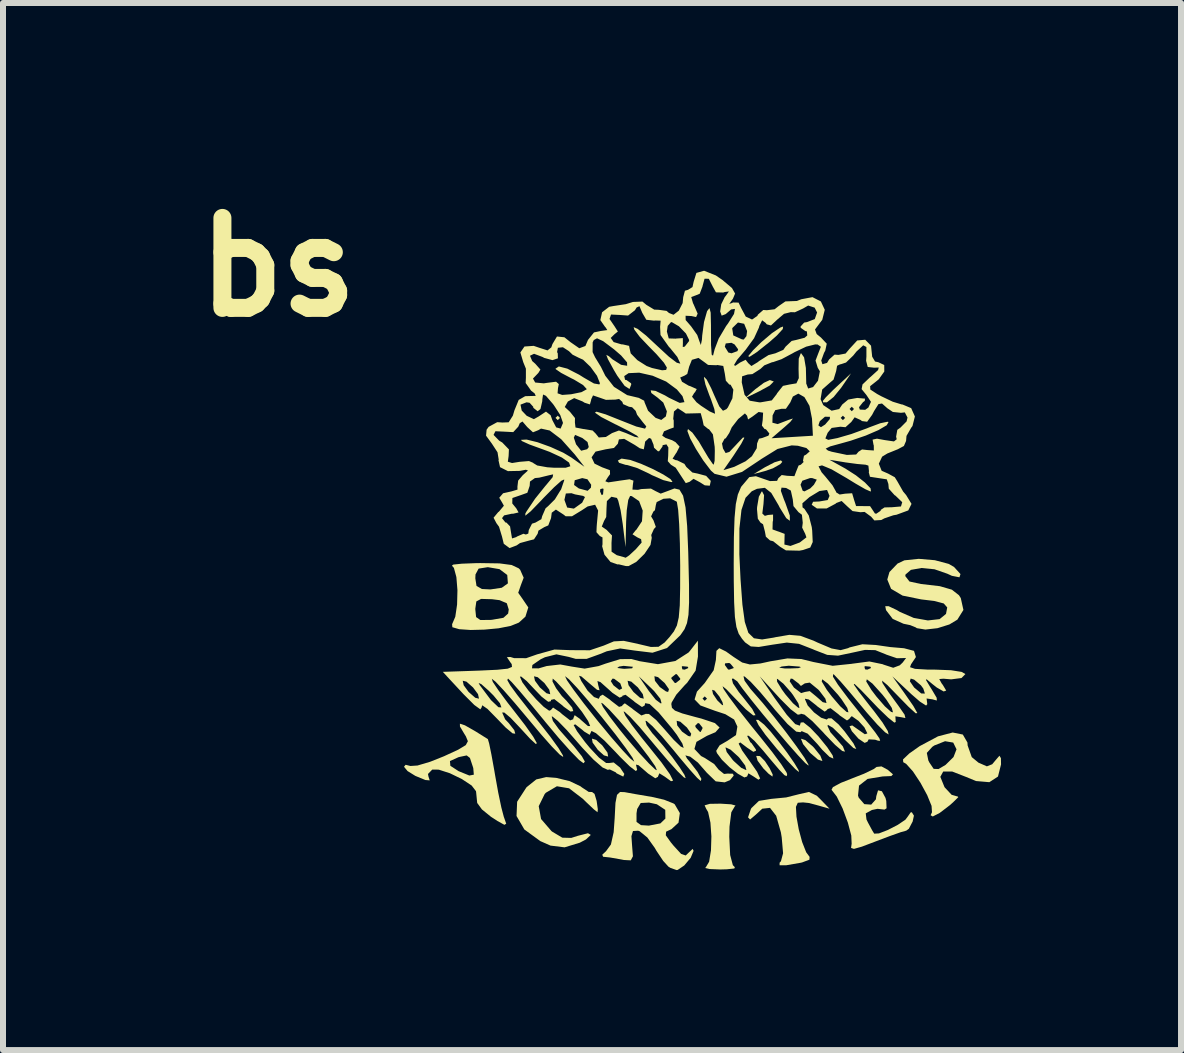
<source format=kicad_pcb>
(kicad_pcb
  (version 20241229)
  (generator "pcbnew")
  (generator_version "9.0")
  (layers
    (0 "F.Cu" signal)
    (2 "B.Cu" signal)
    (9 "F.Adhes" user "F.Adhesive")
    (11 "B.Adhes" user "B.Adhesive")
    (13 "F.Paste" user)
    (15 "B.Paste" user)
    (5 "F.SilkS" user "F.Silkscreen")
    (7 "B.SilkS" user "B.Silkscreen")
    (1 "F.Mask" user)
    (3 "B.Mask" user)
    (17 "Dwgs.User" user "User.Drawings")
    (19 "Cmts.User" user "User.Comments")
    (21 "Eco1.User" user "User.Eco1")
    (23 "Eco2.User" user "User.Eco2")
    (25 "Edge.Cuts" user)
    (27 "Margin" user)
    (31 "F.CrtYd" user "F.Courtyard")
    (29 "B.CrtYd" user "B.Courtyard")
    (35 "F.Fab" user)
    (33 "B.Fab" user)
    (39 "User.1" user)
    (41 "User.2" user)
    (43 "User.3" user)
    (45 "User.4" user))
  (footprint "bs"
    (layer "F.Cu")
    (at 8.586 6.404)
    (property "Reference" "bs" (at -7 -5 0) (layer "F.SilkS") (effects (font (size 1.5 1.5) (thickness 0.3))))
    (attr board_only exclude_from_pos_files exclude_from_bom)
    (fp_poly (pts (xy -2.302 -2.488) (xy -2.339 -2.451) (xy -2.377 -2.488) (xy -2.339 -2.525)) (stroke (width 0) (type solid)) (fill yes) (layer "F.SilkS"))
    (fp_poly (pts (xy -1.699 2.879) (xy -1.597 2.971) (xy -1.51 3.092) (xy -1.499 3.157) (xy -1.569 3.137) (xy -1.671 3.045) (xy -1.758 2.924) (xy -1.769 2.858)) (stroke (width 0) (type solid)) (fill yes) (layer "F.SilkS"))
    (fp_poly (pts (xy 1.262 -3.095) (xy 1.194 -3.027) (xy 1.021 -2.932) (xy 0.78 -2.815) (xy 0.955 -2.967) (xy 1.098 -3.074) (xy 1.196 -3.119) (xy 1.197 -3.119)) (stroke (width 0) (type solid)) (fill yes) (layer "F.SilkS"))
    (fp_poly (pts (xy 1.404 -1.755) (xy 1.37 -1.717) (xy 1.248 -1.648) (xy 1.114 -1.602) (xy 0.928 -1.553) (xy 1.114 -1.665) (xy 1.274 -1.748) (xy 1.381 -1.78)) (stroke (width 0) (type solid)) (fill yes) (layer "F.SilkS"))
    (fp_poly (pts (xy 2.384 -2.989) (xy 2.259 -2.836) (xy 2.148 -2.748) (xy 2.085 -2.747) (xy 2.08 -2.771) (xy 2.129 -2.831) (xy 2.252 -2.954) (xy 2.315 -3.013) (xy 2.55 -3.231)) (stroke (width 0) (type solid)) (fill yes) (layer "F.SilkS"))
    (fp_poly (pts (xy 1.026 3.148) (xy 1.039 3.156) (xy 1.114 3.233) (xy 1.193 3.352) (xy 1.244 3.456) (xy 1.24 3.491) (xy 1.174 3.442) (xy 1.088 3.355) (xy 0.992 3.225) (xy 0.969 3.146)) (stroke (width 0) (type solid)) (fill yes) (layer "F.SilkS"))
    (fp_poly (pts (xy 1.412 -3.969) (xy 1.313 -3.861) (xy 1.188 -3.751) (xy 0.978 -3.584) (xy 0.858 -3.506) (xy 0.835 -3.517) (xy 0.918 -3.617) (xy 1.057 -3.753) (xy 1.232 -3.901) (xy 1.37 -3.994) (xy 1.417 -4.011)) (stroke (width 0) (type solid)) (fill yes) (layer "F.SilkS"))
    (fp_poly (pts (xy 1.789 2.883) (xy 1.911 2.987) (xy 1.931 3.008) (xy 2.038 3.141) (xy 2.071 3.225) (xy 2.068 3.23) (xy 1.998 3.207) (xy 1.877 3.103) (xy 1.857 3.082) (xy 1.75 2.949) (xy 1.717 2.865) (xy 1.72 2.86)) (stroke (width 0) (type solid)) (fill yes) (layer "F.SilkS"))
    (fp_poly (pts (xy 1.002 2.545) (xy 1.102 2.625) (xy 1.207 2.738) (xy 1.343 2.906) (xy 1.484 3.092) (xy 1.603 3.263) (xy 1.675 3.382) (xy 1.681 3.416) (xy 1.619 3.364) (xy 1.489 3.227) (xy 1.318 3.033) (xy 1.305 3.018) (xy 1.124 2.796) (xy 1.008 2.633) (xy 0.965 2.545)) (stroke (width 0) (type solid)) (fill yes) (layer "F.SilkS"))
    (fp_poly (pts (xy -1.129 -1.787) (xy -0.95 -1.723) (xy -0.755 -1.636) (xy -0.58 -1.545) (xy -0.459 -1.467) (xy -0.426 -1.422) (xy -0.446 -1.418) (xy -0.58 -1.451) (xy -0.771 -1.535) (xy -0.817 -1.56) (xy -1.018 -1.653) (xy -1.183 -1.703) (xy -1.207 -1.705) (xy -1.317 -1.74) (xy -1.337 -1.777) (xy -1.275 -1.81)) (stroke (width 0) (type solid)) (fill yes) (layer "F.SilkS"))
    (fp_poly (pts (xy 0.551 3.953) (xy 0.625 3.973) (xy 0.613 3.985) (xy 0.554 4.086) (xy 0.524 4.325) (xy 0.52 4.493) (xy 0.535 4.798) (xy 0.58 4.968) (xy 0.613 5.001) (xy 0.604 5.023) (xy 0.478 5.036) (xy 0.371 5.039) (xy 0.194 5.032) (xy 0.118 5.014) (xy 0.13 5.001) (xy 0.184 4.91) (xy 0.215 4.722) (xy 0.222 4.488) (xy 0.206 4.258) (xy 0.167 4.082) (xy 0.134 4.025) (xy 0.109 3.97) (xy 0.195 3.945) (xy 0.375 3.942)) (stroke (width 0) (type solid)) (fill yes) (layer "F.SilkS"))
    (fp_poly (pts (xy 1.978 3.809) (xy 2.037 3.867) (xy 2.191 4.026) (xy 2.005 3.973) (xy 1.848 3.931) (xy 1.75 3.921) (xy 1.662 3.927) (xy 1.631 3.996) (xy 1.64 4.158) (xy 1.678 4.369) (xy 1.735 4.582) (xy 1.802 4.752) (xy 1.859 4.829) (xy 1.856 4.876) (xy 1.733 4.922) (xy 1.705 4.928) (xy 1.469 4.969) (xy 1.359 4.969) (xy 1.359 4.926) (xy 1.381 4.902) (xy 1.417 4.769) (xy 1.394 4.503) (xy 1.38 4.419) (xy 1.302 4.144) (xy 1.199 4.012) (xy 1.07 4.026) (xy 0.964 4.124) (xy 0.867 4.206) (xy 0.833 4.17) (xy 0.879 4.035) (xy 0.888 4.017) (xy 1.014 3.896) (xy 1.223 3.862) (xy 1.469 3.838) (xy 1.68 3.785) (xy 1.848 3.747)) (stroke (width 0) (type solid)) (fill yes) (layer "F.SilkS"))
    (fp_poly (pts (xy -2.365 3.512) (xy -2.139 3.567) (xy -1.961 3.652) (xy -1.938 3.67) (xy -1.823 3.746) (xy -1.767 3.748) (xy -1.726 3.779) (xy -1.691 3.896) (xy -1.671 4.036) (xy -1.676 4.085) (xy -1.736 4.038) (xy -1.862 3.919) (xy -1.92 3.862) (xy -2.15 3.686) (xy -2.353 3.652) (xy -2.537 3.76) (xy -2.557 3.782) (xy -2.656 3.984) (xy -2.617 4.198) (xy -2.444 4.399) (xy -2.431 4.409) (xy -2.263 4.509) (xy -2.114 4.513) (xy -2.004 4.478) (xy -1.835 4.435) (xy -1.788 4.463) (xy -1.869 4.539) (xy -1.972 4.593) (xy -2.225 4.67) (xy -2.46 4.641) (xy -2.63 4.566) (xy -2.896 4.372) (xy -3.026 4.148) (xy -3.016 3.91) (xy -2.862 3.672) (xy -2.854 3.664) (xy -2.697 3.538) (xy -2.531 3.499)) (stroke (width 0) (type solid)) (fill yes) (layer "F.SilkS"))
    (fp_poly (pts (xy 3.947 -0.116) (xy 4.176 -0.055) (xy 4.266 -0.004) (xy 4.374 0.115) (xy 4.357 0.169) (xy 4.23 0.144) (xy 4.154 0.109) (xy 3.941 0.035) (xy 3.724 0.014) (xy 3.548 0.045) (xy 3.457 0.123) (xy 3.454 0.149) (xy 3.524 0.239) (xy 3.713 0.28) (xy 4.03 0.317) (xy 4.23 0.375) (xy 4.348 0.467) (xy 4.379 0.515) (xy 4.423 0.713) (xy 4.322 0.875) (xy 4.189 0.955) (xy 3.991 1.017) (xy 3.789 1.04) (xy 3.647 1.017) (xy 3.628 1.004) (xy 3.535 0.966) (xy 3.424 0.943) (xy 3.244 0.862) (xy 3.133 0.716) (xy 3.12 0.651) (xy 3.175 0.65) (xy 3.311 0.714) (xy 3.361 0.744) (xy 3.595 0.846) (xy 3.831 0.888) (xy 4.026 0.866) (xy 4.133 0.779) (xy 4.133 0.777) (xy 4.153 0.671) (xy 4.095 0.605) (xy 3.934 0.563) (xy 3.718 0.537) (xy 3.409 0.474) (xy 3.217 0.361) (xy 3.154 0.206) (xy 3.19 0.081) (xy 3.325 -0.06) (xy 3.439 -0.114) (xy 3.678 -0.139)) (stroke (width 0) (type solid)) (fill yes) (layer "F.SilkS"))
    (fp_poly (pts (xy 4.413 2.79) (xy 4.49 2.923) (xy 4.493 2.971) (xy 4.562 3.166) (xy 4.673 3.258) (xy 4.814 3.32) (xy 4.903 3.285) (xy 4.952 3.226) (xy 5.023 3.143) (xy 5.048 3.183) (xy 5.05 3.288) (xy 4.999 3.49) (xy 4.855 3.584) (xy 4.633 3.565) (xy 4.471 3.498) (xy 4.235 3.406) (xy 4.086 3.407) (xy 4.038 3.495) (xy 4.106 3.662) (xy 4.112 3.672) (xy 4.226 3.794) (xy 4.326 3.823) (xy 4.329 3.822) (xy 4.337 3.834) (xy 4.251 3.919) (xy 4.196 3.968) (xy 4.027 4.097) (xy 3.912 4.156) (xy 3.876 4.135) (xy 3.899 4.085) (xy 3.892 3.979) (xy 3.819 3.8) (xy 3.707 3.594) (xy 3.582 3.405) (xy 3.468 3.278) (xy 3.42 3.251) (xy 3.416 3.205) (xy 3.522 3.104) (xy 3.534 3.096) (xy 3.813 3.096) (xy 3.838 3.221) (xy 3.855 3.255) (xy 3.927 3.362) (xy 4.008 3.365) (xy 4.125 3.296) (xy 4.258 3.165) (xy 4.308 3.036) (xy 4.253 2.924) (xy 4.117 2.901) (xy 3.938 2.972) (xy 3.904 2.995) (xy 3.813 3.096) (xy 3.534 3.096) (xy 3.694 2.983) (xy 3.999 2.82) (xy 4.244 2.756)) (stroke (width 0) (type solid)) (fill yes) (layer "F.SilkS"))
    (fp_poly (pts (xy 3.161 3.377) (xy 3.249 3.453) (xy 3.221 3.482) (xy 3.078 3.488) (xy 2.825 3.53) (xy 2.683 3.641) (xy 2.666 3.807) (xy 2.678 3.842) (xy 2.771 3.95) (xy 2.886 3.958) (xy 2.964 3.87) (xy 2.971 3.817) (xy 3 3.72) (xy 3.064 3.735) (xy 3.124 3.846) (xy 3.137 3.897) (xy 3.142 4.019) (xy 3.108 4.041) (xy 2.991 4.028) (xy 2.896 4.048) (xy 2.795 4.104) (xy 2.807 4.205) (xy 2.832 4.257) (xy 2.904 4.39) (xy 2.936 4.442) (xy 3.015 4.438) (xy 3.165 4.38) (xy 3.329 4.295) (xy 3.455 4.21) (xy 3.491 4.163) (xy 3.543 4.088) (xy 3.563 4.085) (xy 3.598 4.142) (xy 3.577 4.239) (xy 3.513 4.361) (xy 3.47 4.392) (xy 3.38 4.417) (xy 3.194 4.483) (xy 2.969 4.568) (xy 2.729 4.659) (xy 2.598 4.696) (xy 2.55 4.68) (xy 2.559 4.616) (xy 2.56 4.611) (xy 2.554 4.473) (xy 2.497 4.259) (xy 2.41 4.024) (xy 2.312 3.824) (xy 2.226 3.712) (xy 2.224 3.711) (xy 2.248 3.666) (xy 2.383 3.594) (xy 2.544 3.53) (xy 2.766 3.443) (xy 2.926 3.366) (xy 2.975 3.33) (xy 3.057 3.321)) (stroke (width 0) (type solid)) (fill yes) (layer "F.SilkS"))
    (fp_poly (pts (xy -3.887 2.636) (xy -3.705 2.74) (xy -3.504 2.866) (xy -3.482 2.941) (xy -3.444 3.127) (xy -3.397 3.387) (xy -3.384 3.464) (xy -3.331 3.758) (xy -3.279 4.006) (xy -3.238 4.162) (xy -3.232 4.178) (xy -3.198 4.276) (xy -3.228 4.295) (xy -3.344 4.231) (xy -3.453 4.16) (xy -3.603 4.038) (xy -3.681 3.931) (xy -3.683 3.919) (xy -3.699 3.756) (xy -3.702 3.734) (xy -3.774 3.64) (xy -3.937 3.532) (xy -4.137 3.435) (xy -4.323 3.375) (xy -4.431 3.374) (xy -4.502 3.447) (xy -4.494 3.49) (xy -4.473 3.554) (xy -4.545 3.548) (xy -4.713 3.479) (xy -4.842 3.399) (xy -4.902 3.327) (xy -4.875 3.294) (xy -4.795 3.314) (xy -4.676 3.306) (xy -4.47 3.245) (xy -4.436 3.232) (xy -4.136 3.232) (xy -4.129 3.311) (xy -3.992 3.4) (xy -3.813 3.473) (xy -3.738 3.459) (xy -3.747 3.351) (xy -3.755 3.324) (xy -3.803 3.18) (xy -3.857 3.138) (xy -3.976 3.163) (xy -3.995 3.168) (xy -4.136 3.232) (xy -4.436 3.232) (xy -4.236 3.152) (xy -3.998 3.042) (xy -3.872 2.966) (xy -3.837 2.901) (xy -3.871 2.819) (xy -3.899 2.774) (xy -3.969 2.656) (xy -3.97 2.609)) (stroke (width 0) (type solid)) (fill yes) (layer "F.SilkS"))
    (fp_poly (pts (xy -3.31 -0.063) (xy -3.107 -0.036) (xy -2.99 0.019) (xy -2.966 0.043) (xy -2.907 0.176) (xy -2.953 0.297) (xy -2.998 0.427) (xy -2.93 0.523) (xy -2.83 0.671) (xy -2.878 0.825) (xy -2.987 0.924) (xy -3.123 0.979) (xy -3.326 1.019) (xy -3.56 1.041) (xy -3.791 1.047) (xy -3.981 1.034) (xy -4.096 1.001) (xy -4.1 0.951) (xy -4.047 0.827) (xy -4.029 0.706) (xy -3.713 0.706) (xy -3.7 0.832) (xy -3.629 0.881) (xy -3.459 0.879) (xy -3.435 0.877) (xy -3.245 0.844) (xy -3.166 0.773) (xy -3.156 0.706) (xy -3.188 0.602) (xy -3.309 0.55) (xy -3.435 0.534) (xy -3.617 0.529) (xy -3.696 0.571) (xy -3.713 0.689) (xy -3.713 0.706) (xy -4.029 0.706) (xy -4.017 0.622) (xy -4.011 0.384) (xy -4.027 0.186) (xy -3.713 0.186) (xy -3.693 0.313) (xy -3.603 0.364) (xy -3.461 0.371) (xy -3.272 0.343) (xy -3.171 0.271) (xy -3.17 0.269) (xy -3.181 0.13) (xy -3.31 0.033) (xy -3.505 0) (xy -3.658 0.024) (xy -3.71 0.121) (xy -3.713 0.186) (xy -4.027 0.186) (xy -4.029 0.164) (xy -4.07 0.012) (xy -4.103 -0.025) (xy -4.081 -0.043) (xy -3.938 -0.058) (xy -3.704 -0.067) (xy -3.63 -0.068)) (stroke (width 0) (type solid)) (fill yes) (layer "F.SilkS"))
    (fp_poly (pts (xy -1.225 3.75) (xy -1.055 3.781) (xy -0.826 3.82) (xy -0.78 3.827) (xy -0.567 3.876) (xy -0.411 3.938) (xy -0.39 3.952) (xy -0.304 4.099) (xy -0.326 4.259) (xy -0.444 4.367) (xy -0.533 4.409) (xy -0.538 4.469) (xy -0.454 4.587) (xy -0.408 4.643) (xy -0.283 4.779) (xy -0.206 4.806) (xy -0.151 4.753) (xy -0.09 4.696) (xy -0.075 4.729) (xy -0.123 4.844) (xy -0.23 4.972) (xy -0.339 5.046) (xy -0.358 5.049) (xy -0.46 5.013) (xy -0.493 4.993) (xy -0.581 4.897) (xy -0.695 4.726) (xy -0.722 4.679) (xy -0.846 4.506) (xy -0.973 4.402) (xy -0.999 4.393) (xy -1.085 4.398) (xy -1.111 4.484) (xy -1.1 4.641) (xy -1.086 4.819) (xy -1.122 4.887) (xy -1.236 4.881) (xy -1.286 4.871) (xy -1.469 4.839) (xy -1.583 4.827) (xy -1.597 4.793) (xy -1.534 4.734) (xy -1.453 4.623) (xy -1.407 4.418) (xy -1.39 4.181) (xy -1.386 4.103) (xy -1.026 4.103) (xy -1.026 4.246) (xy -0.951 4.3) (xy -0.82 4.308) (xy -0.628 4.271) (xy -0.545 4.191) (xy -0.547 4.045) (xy -0.687 3.952) (xy -0.817 3.924) (xy -0.956 3.931) (xy -1.015 4.031) (xy -1.026 4.103) (xy -1.386 4.103) (xy -1.377 3.929) (xy -1.351 3.795) (xy -1.3 3.747)) (stroke (width 0) (type solid)) (fill yes) (layer "F.SilkS"))
    (fp_poly (pts (xy 0.296 -4.863) (xy 0.406 -4.787) (xy 0.565 -4.653) (xy 0.617 -4.561) (xy 0.581 -4.475) (xy 0.577 -4.469) (xy 0.52 -4.389) (xy 0.565 -4.403) (xy 0.581 -4.412) (xy 0.675 -4.41) (xy 0.718 -4.32) (xy 0.795 -4.177) (xy 0.9 -4.128) (xy 0.988 -4.188) (xy 0.997 -4.209) (xy 1.087 -4.287) (xy 1.146 -4.283) (xy 1.276 -4.299) (xy 1.343 -4.352) (xy 1.456 -4.43) (xy 1.515 -4.432) (xy 1.645 -4.437) (xy 1.721 -4.466) (xy 1.907 -4.501) (xy 2.047 -4.429) (xy 2.112 -4.29) (xy 2.07 -4.123) (xy 2.032 -4.073) (xy 1.949 -3.962) (xy 1.977 -3.886) (xy 2.048 -3.828) (xy 2.145 -3.725) (xy 2.12 -3.609) (xy 2.1 -3.573) (xy 2.053 -3.444) (xy 2.073 -3.383) (xy 2.15 -3.405) (xy 2.184 -3.462) (xy 2.275 -3.543) (xy 2.339 -3.538) (xy 2.459 -3.561) (xy 2.527 -3.642) (xy 2.653 -3.779) (xy 2.786 -3.791) (xy 2.883 -3.692) (xy 2.902 -3.509) (xy 2.95 -3.428) (xy 3.005 -3.416) (xy 3.103 -3.37) (xy 3.104 -3.261) (xy 3.012 -3.132) (xy 2.963 -3.092) (xy 2.868 -3.017) (xy 2.871 -2.961) (xy 2.986 -2.886) (xy 3.056 -2.848) (xy 3.245 -2.758) (xy 3.392 -2.713) (xy 3.409 -2.711) (xy 3.552 -2.651) (xy 3.614 -2.512) (xy 3.574 -2.353) (xy 3.553 -2.325) (xy 3.474 -2.188) (xy 3.467 -2.104) (xy 3.431 -2.02) (xy 3.328 -1.965) (xy 3.155 -1.895) (xy 3.068 -1.842) (xy 3.013 -1.725) (xy 3.06 -1.607) (xy 3.167 -1.56) (xy 3.279 -1.499) (xy 3.322 -1.43) (xy 3.418 -1.261) (xy 3.468 -1.202) (xy 3.558 -1.055) (xy 3.504 -0.946) (xy 3.308 -0.874) (xy 3.255 -0.865) (xy 3.104 -0.813) (xy 3.054 -0.786) (xy 2.938 -0.779) (xy 2.885 -0.841) (xy 2.776 -0.921) (xy 2.705 -0.916) (xy 2.575 -0.935) (xy 2.489 -1.012) (xy 2.393 -1.103) (xy 2.305 -1.07) (xy 2.292 -1.058) (xy 2.142 -0.978) (xy 1.981 -0.979) (xy 1.894 -1.04) (xy 1.917 -1.09) (xy 2.02 -1.095) (xy 2.161 -1.119) (xy 2.191 -1.188) (xy 2.15 -1.287) (xy 2.023 -1.269) (xy 1.857 -1.168) (xy 1.739 -1.065) (xy 1.741 -0.997) (xy 1.773 -0.972) (xy 1.845 -0.862) (xy 1.895 -0.668) (xy 1.902 -0.611) (xy 1.911 -0.419) (xy 1.87 -0.327) (xy 1.749 -0.286) (xy 1.689 -0.275) (xy 1.464 -0.28) (xy 1.366 -0.341) (xy 1.252 -0.432) (xy 1.199 -0.446) (xy 1.13 -0.508) (xy 1.114 -0.594) (xy 1.083 -0.715) (xy 1.04 -0.743) (xy 0.996 -0.808) (xy 0.982 -0.967) (xy 0.984 -1.002) (xy 1.013 -1.174) (xy 1.059 -1.26) (xy 1.068 -1.262) (xy 1.1 -1.2) (xy 1.09 -1.049) (xy 1.089 -1.043) (xy 1.071 -0.894) (xy 1.113 -0.855) (xy 1.166 -0.87) (xy 1.25 -0.877) (xy 1.25 -0.779) (xy 1.244 -0.755) (xy 1.241 -0.629) (xy 1.338 -0.594) (xy 1.341 -0.594) (xy 1.443 -0.555) (xy 1.441 -0.49) (xy 1.439 -0.377) (xy 1.54 -0.354) (xy 1.696 -0.412) (xy 1.806 -0.497) (xy 1.786 -0.555) (xy 1.735 -0.659) (xy 1.745 -0.74) (xy 1.731 -0.874) (xy 1.674 -0.917) (xy 1.59 -1.018) (xy 1.579 -1.127) (xy 1.546 -1.277) (xy 1.468 -1.32) (xy 1.391 -1.326) (xy 1.38 -1.273) (xy 1.432 -1.127) (xy 1.454 -1.074) (xy 1.529 -0.861) (xy 1.53 -0.773) (xy 1.47 -0.817) (xy 1.36 -0.995) (xy 1.341 -1.033) (xy 1.22 -1.238) (xy 1.113 -1.323) (xy 0.982 -1.306) (xy 0.895 -1.265) (xy 0.791 -1.156) (xy 0.723 -0.954) (xy 0.689 -0.644) (xy 0.688 -0.212) (xy 0.708 0.205) (xy 0.739 0.624) (xy 0.779 0.914) (xy 0.838 1.094) (xy 0.931 1.185) (xy 1.067 1.205) (xy 1.26 1.174) (xy 1.296 1.166) (xy 1.521 1.128) (xy 1.705 1.144) (xy 1.922 1.224) (xy 1.995 1.258) (xy 2.225 1.355) (xy 2.376 1.383) (xy 2.5 1.35) (xy 2.524 1.338) (xy 2.739 1.285) (xy 2.961 1.297) (xy 3.206 1.332) (xy 3.428 1.351) (xy 3.435 1.352) (xy 3.599 1.395) (xy 3.631 1.498) (xy 3.55 1.619) (xy 3.533 1.667) (xy 3.616 1.695) (xy 3.819 1.707) (xy 3.959 1.708) (xy 4.217 1.718) (xy 4.394 1.746) (xy 4.456 1.782) (xy 4.391 1.848) (xy 4.219 1.87) (xy 4.089 1.859) (xy 4.02 1.865) (xy 4.061 1.939) (xy 4.079 1.962) (xy 4.136 2.057) (xy 4.094 2.072) (xy 3.979 2.006) (xy 3.908 1.95) (xy 3.81 1.869) (xy 3.798 1.879) (xy 3.868 1.996) (xy 3.893 2.035) (xy 3.977 2.177) (xy 3.98 2.223) (xy 3.902 2.202) (xy 3.9 2.202) (xy 3.809 2.189) (xy 3.82 2.279) (xy 3.821 2.283) (xy 3.801 2.307) (xy 3.698 2.241) (xy 3.555 2.117) (xy 3.326 1.902) (xy 3.53 1.902) (xy 3.602 2.006) (xy 3.72 2.105) (xy 3.781 2.107) (xy 3.754 2.023) (xy 3.715 1.97) (xy 3.602 1.875) (xy 3.544 1.857) (xy 3.53 1.902) (xy 3.326 1.902) (xy 3.239 1.82) (xy 3.426 2.08) (xy 3.588 2.313) (xy 3.655 2.432) (xy 3.628 2.436) (xy 3.507 2.326) (xy 3.339 2.154) (xy 3.156 1.966) (xy 3.067 1.891) (xy 3.073 1.93) (xy 3.173 2.082) (xy 3.338 2.308) (xy 3.442 2.458) (xy 3.456 2.515) (xy 3.386 2.501) (xy 3.289 2.486) (xy 3.294 2.573) (xy 3.296 2.58) (xy 3.272 2.591) (xy 3.168 2.508) (xy 3.003 2.349) (xy 2.923 2.265) (xy 2.717 2.05) (xy 2.608 1.946) (xy 2.595 1.955) (xy 2.679 2.075) (xy 2.86 2.308) (xy 2.931 2.397) (xy 3.074 2.588) (xy 3.162 2.731) (xy 3.177 2.789) (xy 3.117 2.752) (xy 2.988 2.623) (xy 2.812 2.424) (xy 2.713 2.305) (xy 2.521 2.075) (xy 2.374 1.905) (xy 2.803 1.905) (xy 2.888 2.045) (xy 2.973 2.157) (xy 3.114 2.32) (xy 3.217 2.412) (xy 3.249 2.42) (xy 3.229 2.346) (xy 3.135 2.203) (xy 3.073 2.125) (xy 2.907 1.941) (xy 2.813 1.869) (xy 2.803 1.905) (xy 2.374 1.905) (xy 2.366 1.897) (xy 2.271 1.796) (xy 2.252 1.782) (xy 2.248 1.825) (xy 2.332 1.959) (xy 2.507 2.192) (xy 2.595 2.302) (xy 2.816 2.578) (xy 2.955 2.756) (xy 3.024 2.856) (xy 3.035 2.895) (xy 2.999 2.892) (xy 2.952 2.876) (xy 2.844 2.87) (xy 2.822 2.91) (xy 2.777 2.929) (xy 2.674 2.859) (xy 2.563 2.734) (xy 2.525 2.651) (xy 2.57 2.638) (xy 2.674 2.711) (xy 2.78 2.785) (xy 2.822 2.771) (xy 2.772 2.67) (xy 2.674 2.562) (xy 2.562 2.483) (xy 2.525 2.52) (xy 2.525 2.527) (xy 2.482 2.555) (xy 2.362 2.472) (xy 2.339 2.451) (xy 2.208 2.35) (xy 2.155 2.366) (xy 2.154 2.377) (xy 2.111 2.408) (xy 1.99 2.322) (xy 1.968 2.302) (xy 1.846 2.206) (xy 1.784 2.193) (xy 1.782 2.202) (xy 1.827 2.305) (xy 1.932 2.42) (xy 2.052 2.51) (xy 2.145 2.54) (xy 2.168 2.52) (xy 2.225 2.52) (xy 2.341 2.62) (xy 2.442 2.737) (xy 2.59 2.937) (xy 2.637 3.031) (xy 2.589 3.014) (xy 2.45 2.881) (xy 2.378 2.804) (xy 2.247 2.677) (xy 2.167 2.63) (xy 2.156 2.644) (xy 2.205 2.75) (xy 2.302 2.859) (xy 2.413 2.987) (xy 2.449 3.075) (xy 2.403 3.064) (xy 2.284 2.962) (xy 2.116 2.788) (xy 2.08 2.748) (xy 1.904 2.566) (xy 1.774 2.458) (xy 1.711 2.442) (xy 1.709 2.451) (xy 1.663 2.459) (xy 1.544 2.369) (xy 1.372 2.197) (xy 1.366 2.191) (xy 1.065 1.861) (xy 1.314 1.861) (xy 1.318 1.91) (xy 1.397 2.039) (xy 1.455 2.119) (xy 1.582 2.268) (xy 1.671 2.344) (xy 1.69 2.345) (xy 1.672 2.271) (xy 1.582 2.13) (xy 1.55 2.087) (xy 1.422 1.942) (xy 1.372 1.902) (xy 1.527 1.902) (xy 1.598 2.007) (xy 1.718 2.099) (xy 1.782 2.08) (xy 1.861 2.066) (xy 1.967 2.153) (xy 2.078 2.25) (xy 2.141 2.265) (xy 2.122 2.192) (xy 2.024 2.063) (xy 2.004 2.041) (xy 1.861 1.924) (xy 1.779 1.937) (xy 1.778 1.938) (xy 1.714 1.98) (xy 1.676 1.939) (xy 1.631 1.905) (xy 2.061 1.905) (xy 2.146 2.045) (xy 2.231 2.157) (xy 2.371 2.32) (xy 2.474 2.412) (xy 2.507 2.42) (xy 2.487 2.346) (xy 2.392 2.203) (xy 2.331 2.125) (xy 2.164 1.941) (xy 2.07 1.869) (xy 2.061 1.905) (xy 1.631 1.905) (xy 1.574 1.861) (xy 1.544 1.857) (xy 1.527 1.902) (xy 1.372 1.902) (xy 1.327 1.865) (xy 1.314 1.861) (xy 1.065 1.861) (xy 1.028 1.82) (xy 1.272 2.176) (xy 1.479 2.461) (xy 1.62 2.616) (xy 1.696 2.642) (xy 1.711 2.59) (xy 1.756 2.586) (xy 1.869 2.676) (xy 2.005 2.819) (xy 2.153 3.001) (xy 2.243 3.137) (xy 2.256 3.191) (xy 2.191 3.162) (xy 2.07 3.044) (xy 1.988 2.947) (xy 1.827 2.775) (xy 1.727 2.733) (xy 1.706 2.751) (xy 1.636 2.741) (xy 1.491 2.614) (xy 1.282 2.378) (xy 1.225 2.308) (xy 1.034 2.081) (xy 0.878 1.912) (xy 0.778 1.824) (xy 0.757 1.818) (xy 0.775 1.893) (xy 0.871 2.026) (xy 0.902 2.062) (xy 1.078 2.264) (xy 1.274 2.504) (xy 1.469 2.755) (xy 1.641 2.987) (xy 1.772 3.174) (xy 1.838 3.288) (xy 1.841 3.308) (xy 1.787 3.265) (xy 1.663 3.133) (xy 1.489 2.936) (xy 1.288 2.7) (xy 1.081 2.453) (xy 0.891 2.218) (xy 0.739 2.023) (xy 0.654 1.904) (xy 0.582 1.854) (xy 0.563 1.864) (xy 0.582 1.938) (xy 0.678 2.08) (xy 0.741 2.158) (xy 0.902 2.362) (xy 0.958 2.467) (xy 0.92 2.471) (xy 0.797 2.371) (xy 0.621 2.191) (xy 0.471 2.035) (xy 0.408 1.984) (xy 0.425 2.031) (xy 0.515 2.163) (xy 0.671 2.372) (xy 0.888 2.647) (xy 1.042 2.837) (xy 1.235 3.08) (xy 1.385 3.283) (xy 1.472 3.417) (xy 1.485 3.45) (xy 1.477 3.484) (xy 1.44 3.467) (xy 1.355 3.379) (xy 1.206 3.204) (xy 1.084 3.057) (xy 0.941 2.896) (xy 0.844 2.81) (xy 0.817 2.811) (xy 0.871 2.918) (xy 0.891 2.934) (xy 0.963 3.038) (xy 0.965 3.061) (xy 0.921 3.078) (xy 0.817 3.008) (xy 0.703 2.921) (xy 0.676 2.941) (xy 0.735 3.057) (xy 0.854 3.224) (xy 0.983 3.41) (xy 1.035 3.522) (xy 1.006 3.543) (xy 0.928 3.491) (xy 0.839 3.436) (xy 0.817 3.489) (xy 0.772 3.505) (xy 0.663 3.443) (xy 0.525 3.335) (xy 0.397 3.21) (xy 0.315 3.1) (xy 0.302 3.062) (xy 0.335 3.008) (xy 0.457 3.008) (xy 0.477 3.081) (xy 0.575 3.21) (xy 0.594 3.231) (xy 0.72 3.345) (xy 0.8 3.382) (xy 0.805 3.379) (xy 0.785 3.306) (xy 0.688 3.177) (xy 0.668 3.156) (xy 0.543 3.043) (xy 0.463 3.005) (xy 0.457 3.008) (xy 0.335 3.008) (xy 0.36 2.969) (xy 0.488 2.895) (xy 0.632 2.799) (xy 0.655 2.657) (xy 0.601 2.54) (xy 0.455 2.451) (xy 0.279 2.393) (xy 0.039 2.305) (xy -0.058 2.205) (xy -0.054 2.191) (xy 0.074 2.191) (xy 0.111 2.228) (xy 0.149 2.191) (xy 0.111 2.154) (xy 0.074 2.191) (xy -0.054 2.191) (xy -0.019 2.075) (xy 0.009 2.044) (xy 0.234 2.044) (xy 0.249 2.114) (xy 0.321 2.221) (xy 0.399 2.296) (xy 0.418 2.302) (xy 0.407 2.25) (xy 0.356 2.157) (xy 0.275 2.057) (xy 0.234 2.044) (xy 0.009 2.044) (xy 0.111 1.931) (xy 0.26 1.718) (xy 0.279 1.63) (xy 0.446 1.63) (xy 0.5 1.705) (xy 0.52 1.708) (xy 0.592 1.683) (xy 0.594 1.675) (xy 0.594 1.675) (xy 1.352 1.675) (xy 1.442 1.688) (xy 1.523 1.689) (xy 1.675 1.683) (xy 1.715 1.667) (xy 1.694 1.659) (xy 2.773 1.659) (xy 2.783 1.703) (xy 2.822 1.708) (xy 2.883 1.681) (xy 2.872 1.659) (xy 2.784 1.65) (xy 2.773 1.659) (xy 1.694 1.659) (xy 1.69 1.657) (xy 1.512 1.643) (xy 1.393 1.656) (xy 1.352 1.675) (xy 0.594 1.675) (xy 0.542 1.612) (xy 0.52 1.597) (xy 0.451 1.603) (xy 0.446 1.63) (xy 0.279 1.63) (xy 0.297 1.547) (xy 0.306 1.395) (xy 0.353 1.35) (xy 0.466 1.406) (xy 0.595 1.498) (xy 0.735 1.589) (xy 0.864 1.622) (xy 1.04 1.605) (xy 1.205 1.569) (xy 1.49 1.521) (xy 1.721 1.531) (xy 1.923 1.581) (xy 2.244 1.644) (xy 2.561 1.611) (xy 2.572 1.609) (xy 2.855 1.572) (xy 3.074 1.617) (xy 3.093 1.625) (xy 3.253 1.677) (xy 3.362 1.636) (xy 3.41 1.59) (xy 3.467 1.514) (xy 3.437 1.515) (xy 3.314 1.518) (xy 3.139 1.458) (xy 3.124 1.451) (xy 2.954 1.383) (xy 2.783 1.379) (xy 2.566 1.426) (xy 2.333 1.475) (xy 2.153 1.462) (xy 1.94 1.38) (xy 1.913 1.368) (xy 1.683 1.278) (xy 1.479 1.257) (xy 1.234 1.293) (xy 1.011 1.33) (xy 0.879 1.321) (xy 0.784 1.254) (xy 0.733 1.194) (xy 0.677 1.109) (xy 0.639 0.997) (xy 0.614 0.83) (xy 0.601 0.583) (xy 0.595 0.23) (xy 0.594 -0.052) (xy 0.597 -0.498) (xy 0.608 -0.822) (xy 0.629 -1.051) (xy 0.663 -1.211) (xy 0.713 -1.329) (xy 0.722 -1.345) (xy 0.747 -1.374) (xy 1.708 -1.374) (xy 1.743 -1.275) (xy 1.773 -1.263) (xy 1.87 -1.313) (xy 1.931 -1.374) (xy 1.979 -1.459) (xy 1.902 -1.485) (xy 1.866 -1.485) (xy 1.738 -1.441) (xy 1.708 -1.374) (xy 0.747 -1.374) (xy 0.854 -1.501) (xy 0.964 -1.516) (xy 1.198 -1.435) (xy 1.317 -1.439) (xy 1.337 -1.482) (xy 1.394 -1.536) (xy 1.485 -1.523) (xy 1.606 -1.517) (xy 1.634 -1.592) (xy 1.67 -1.681) (xy 2.008 -1.681) (xy 2.059 -1.582) (xy 2.12 -1.512) (xy 2.241 -1.364) (xy 2.301 -1.256) (xy 2.302 -1.247) (xy 2.36 -1.211) (xy 2.451 -1.225) (xy 2.568 -1.232) (xy 2.599 -1.127) (xy 2.599 -1.126) (xy 2.634 -1.018) (xy 2.748 -1.018) (xy 2.867 -1.017) (xy 2.896 -0.974) (xy 2.948 -0.895) (xy 2.971 -0.891) (xy 3.043 -0.94) (xy 3.045 -0.955) (xy 3.108 -0.996) (xy 3.231 -0.999) (xy 3.382 -1.012) (xy 3.403 -1.083) (xy 3.29 -1.192) (xy 3.275 -1.201) (xy 3.179 -1.308) (xy 3.172 -1.387) (xy 3.146 -1.464) (xy 3.008 -1.485) (xy 2.865 -1.507) (xy 2.845 -1.584) (xy 2.849 -1.597) (xy 2.839 -1.693) (xy 2.792 -1.708) (xy 2.653 -1.72) (xy 2.453 -1.747) (xy 2.442 -1.749) (xy 2.191 -1.79) (xy 2.456 -1.643) (xy 2.631 -1.531) (xy 2.781 -1.412) (xy 2.875 -1.314) (xy 2.882 -1.264) (xy 2.871 -1.263) (xy 2.789 -1.299) (xy 2.624 -1.394) (xy 2.476 -1.485) (xy 2.225 -1.631) (xy 2.066 -1.697) (xy 2.008 -1.681) (xy 1.67 -1.681) (xy 1.675 -1.694) (xy 1.713 -1.708) (xy 1.759 -1.753) (xy 1.749 -1.776) (xy 1.765 -1.857) (xy 1.801 -1.877) (xy 1.862 -1.931) (xy 1.806 -1.986) (xy 1.663 -2.024) (xy 1.56 -2.03) (xy 1.324 -1.97) (xy 1.056 -1.804) (xy 1.042 -1.794) (xy 0.733 -1.588) (xy 0.474 -1.508) (xy 0.275 -1.556) (xy 0.215 -1.609) (xy 0.086 -1.779) (xy -0.036 -1.971) (xy -0.132 -2.147) (xy -0.178 -2.269) (xy -0.168 -2.302) (xy -0.095 -2.243) (xy 0.013 -2.094) (xy 0.065 -2.005) (xy 0.17 -1.829) (xy 0.244 -1.722) (xy 0.261 -1.708) (xy 0.276 -1.774) (xy 0.279 -1.939) (xy 0.277 -2.005) (xy 0.269 -2.061) (xy 0.399 -2.061) (xy 0.415 -1.979) (xy 0.459 -1.902) (xy 0.522 -1.921) (xy 0.639 -2.045) (xy 0.647 -2.054) (xy 0.749 -2.162) (xy 0.772 -2.158) (xy 0.718 -2.054) (xy 0.592 -1.861) (xy 0.571 -1.83) (xy 0.423 -1.617) (xy 0.602 -1.672) (xy 0.792 -1.765) (xy 0.897 -1.849) (xy 0.978 -1.982) (xy 0.984 -2.063) (xy 1.015 -2.141) (xy 1.036 -2.146) (xy 2.122 -2.146) (xy 2.17 -2.122) (xy 2.323 -2.152) (xy 2.554 -2.219) (xy 2.811 -2.313) (xy 2.852 -2.33) (xy 3.037 -2.399) (xy 3.157 -2.424) (xy 3.175 -2.42) (xy 3.145 -2.366) (xy 3.007 -2.285) (xy 2.796 -2.194) (xy 2.545 -2.108) (xy 2.406 -2.069) (xy 2.202 -2.013) (xy 2.127 -1.976) (xy 2.165 -1.944) (xy 2.228 -1.924) (xy 2.48 -1.871) (xy 2.635 -1.878) (xy 2.674 -1.924) (xy 2.733 -1.962) (xy 2.823 -1.952) (xy 2.93 -1.945) (xy 2.929 -2.028) (xy 2.924 -2.042) (xy 2.909 -2.126) (xy 2.982 -2.142) (xy 3.108 -2.119) (xy 3.265 -2.096) (xy 3.311 -2.132) (xy 3.301 -2.175) (xy 3.321 -2.289) (xy 3.375 -2.328) (xy 3.476 -2.43) (xy 3.491 -2.494) (xy 3.446 -2.58) (xy 3.381 -2.573) (xy 3.247 -2.587) (xy 3.155 -2.649) (xy 3.066 -2.728) (xy 3.007 -2.718) (xy 2.934 -2.602) (xy 2.901 -2.539) (xy 2.818 -2.424) (xy 2.733 -2.435) (xy 2.707 -2.454) (xy 2.61 -2.498) (xy 2.554 -2.42) (xy 2.457 -2.333) (xy 2.372 -2.341) (xy 2.227 -2.321) (xy 2.16 -2.24) (xy 2.122 -2.146) (xy 1.036 -2.146) (xy 1.051 -2.149) (xy 1.225 -2.149) (xy 1.57 -2.17) (xy 1.914 -2.191) (xy 1.905 -2.363) (xy 2.005 -2.363) (xy 2.048 -2.333) (xy 2.118 -2.378) (xy 2.196 -2.469) (xy 2.197 -2.488) (xy 2.377 -2.488) (xy 2.414 -2.451) (xy 2.451 -2.488) (xy 2.414 -2.525) (xy 2.377 -2.488) (xy 2.197 -2.488) (xy 2.198 -2.506) (xy 2.115 -2.508) (xy 2.029 -2.433) (xy 2.005 -2.363) (xy 1.905 -2.363) (xy 1.899 -2.475) (xy 1.857 -2.689) (xy 1.793 -2.8) (xy 2.042 -2.8) (xy 2.087 -2.701) (xy 2.226 -2.608) (xy 2.353 -2.636) (xy 2.353 -2.637) (xy 2.525 -2.637) (xy 2.562 -2.599) (xy 2.599 -2.637) (xy 2.562 -2.674) (xy 2.525 -2.637) (xy 2.353 -2.637) (xy 2.403 -2.711) (xy 2.503 -2.794) (xy 2.653 -2.821) (xy 2.783 -2.809) (xy 2.778 -2.771) (xy 2.75 -2.751) (xy 2.683 -2.667) (xy 2.696 -2.627) (xy 2.786 -2.623) (xy 2.839 -2.661) (xy 2.882 -2.756) (xy 2.805 -2.871) (xy 2.801 -2.876) (xy 2.726 -2.968) (xy 2.741 -3.046) (xy 2.861 -3.16) (xy 2.878 -3.174) (xy 3 -3.285) (xy 3.012 -3.328) (xy 2.934 -3.325) (xy 2.828 -3.337) (xy 2.801 -3.44) (xy 2.806 -3.509) (xy 2.806 -3.67) (xy 2.753 -3.698) (xy 2.64 -3.594) (xy 2.586 -3.527) (xy 2.466 -3.411) (xy 2.375 -3.381) (xy 2.371 -3.383) (xy 2.317 -3.357) (xy 2.302 -3.27) (xy 2.258 -3.126) (xy 2.197 -3.074) (xy 2.069 -2.961) (xy 2.042 -2.8) (xy 1.793 -2.8) (xy 1.772 -2.835) (xy 1.671 -2.893) (xy 1.58 -2.844) (xy 1.538 -2.748) (xy 1.464 -2.64) (xy 1.391 -2.64) (xy 1.286 -2.617) (xy 1.242 -2.529) (xy 1.239 -2.408) (xy 1.327 -2.385) (xy 1.509 -2.455) (xy 1.581 -2.478) (xy 1.537 -2.421) (xy 1.448 -2.341) (xy 1.225 -2.149) (xy 1.051 -2.149) (xy 1.071 -2.154) (xy 1.173 -2.192) (xy 1.188 -2.228) (xy 1.131 -2.299) (xy 1.109 -2.302) (xy 1.064 -2.36) (xy 1.077 -2.451) (xy 1.084 -2.575) (xy 1.009 -2.587) (xy 0.906 -2.51) (xy 0.833 -2.462) (xy 0.817 -2.524) (xy 0.781 -2.563) (xy 0.673 -2.473) (xy 0.668 -2.468) (xy 0.561 -2.33) (xy 0.52 -2.237) (xy 0.462 -2.149) (xy 0.441 -2.14) (xy 0.399 -2.061) (xy 0.269 -2.061) (xy 0.247 -2.214) (xy 0.181 -2.301) (xy 0.17 -2.302) (xy 0.093 -2.365) (xy 0.074 -2.456) (xy 0.044 -2.567) (xy -0.068 -2.564) (xy -0.205 -2.561) (xy -0.259 -2.598) (xy -0.338 -2.649) (xy -0.402 -2.595) (xy -0.414 -2.473) (xy -0.406 -2.445) (xy -0.406 -2.328) (xy -0.478 -2.302) (xy -0.568 -2.264) (xy -0.598 -2.193) (xy -0.54 -2.153) (xy -0.538 -2.153) (xy -0.433 -2.116) (xy -0.376 -2.084) (xy -0.308 -2.01) (xy -0.36 -1.908) (xy -0.367 -1.9) (xy -0.425 -1.808) (xy -0.37 -1.783) (xy -0.351 -1.782) (xy -0.228 -1.722) (xy -0.196 -1.671) (xy -0.095 -1.578) (xy -0.007 -1.56) (xy 0.134 -1.522) (xy 0.212 -1.438) (xy 0.195 -1.358) (xy 0.112 -1.364) (xy 0.033 -1.414) (xy -0.076 -1.473) (xy -0.141 -1.423) (xy -0.205 -1.401) (xy -0.283 -1.52) (xy -0.373 -1.658) (xy -0.453 -1.708) (xy -0.505 -1.767) (xy -0.498 -1.857) (xy -0.495 -1.995) (xy -0.527 -2.047) (xy -0.59 -2.034) (xy -0.594 -2.01) (xy -0.648 -1.934) (xy -0.668 -1.931) (xy -0.734 -1.991) (xy -0.743 -2.042) (xy -0.783 -2.141) (xy -0.817 -2.154) (xy -0.882 -2.093) (xy -0.891 -2.038) (xy -0.905 -1.964) (xy -0.971 -1.982) (xy -1.056 -2.038) (xy -1.231 -2.139) (xy -1.32 -2.13) (xy -1.337 -2.058) (xy -1.402 -1.987) (xy -1.539 -1.965) (xy -1.709 -1.926) (xy -1.775 -1.831) (xy -1.726 -1.726) (xy -1.6 -1.665) (xy -1.47 -1.617) (xy -1.467 -1.55) (xy -1.502 -1.502) (xy -1.546 -1.432) (xy -1.497 -1.413) (xy -1.329 -1.438) (xy -1.319 -1.44) (xy -1.142 -1.465) (xy -1.077 -1.442) (xy -1.087 -1.373) (xy -1.094 -1.293) (xy -1.002 -1.289) (xy -0.946 -1.302) (xy -0.786 -1.31) (xy -0.709 -1.268) (xy -0.623 -1.226) (xy -0.507 -1.269) (xy -0.394 -1.312) (xy -0.31 -1.292) (xy -0.25 -1.192) (xy -0.209 -0.996) (xy -0.182 -0.687) (xy -0.164 -0.251) (xy -0.161 -0.127) (xy -0.151 0.291) (xy -0.15 0.589) (xy -0.16 0.794) (xy -0.185 0.933) (xy -0.226 1.034) (xy -0.288 1.124) (xy -0.3 1.139) (xy -0.518 1.348) (xy -0.76 1.426) (xy -1.057 1.39) (xy -1.299 1.355) (xy -1.522 1.402) (xy -1.632 1.447) (xy -1.856 1.528) (xy -2.037 1.529) (xy -2.155 1.496) (xy -2.361 1.453) (xy -2.552 1.501) (xy -2.625 1.536) (xy -2.762 1.631) (xy -2.768 1.686) (xy -2.658 1.687) (xy -2.523 1.648) (xy -2.297 1.622) (xy -2.105 1.657) (xy -1.891 1.691) (xy -1.83 1.68) (xy -1.347 1.68) (xy -1.249 1.693) (xy -1.225 1.694) (xy -1.099 1.686) (xy -1.087 1.662) (xy -1.094 1.659) (xy -1.102 1.659) (xy -0.272 1.659) (xy -0.262 1.703) (xy -0.223 1.708) (xy -0.162 1.681) (xy -0.173 1.659) (xy -0.261 1.65) (xy -0.272 1.659) (xy -1.102 1.659) (xy -1.241 1.645) (xy -1.317 1.657) (xy -1.347 1.68) (xy -1.83 1.68) (xy -1.659 1.649) (xy -1.54 1.607) (xy -1.299 1.533) (xy -1.111 1.531) (xy -0.976 1.567) (xy -0.669 1.617) (xy -0.379 1.564) (xy -0.157 1.421) (xy -0.132 1.391) (xy -0.003 1.225) (xy -0.002 1.49) (xy -0.041 1.724) (xy -0.182 1.927) (xy -0.223 1.968) (xy -0.363 2.125) (xy -0.44 2.255) (xy -0.446 2.281) (xy -0.436 2.344) (xy -0.385 2.391) (xy -0.263 2.438) (xy -0.037 2.5) (xy 0.056 2.524) (xy 0.281 2.599) (xy 0.359 2.673) (xy 0.29 2.751) (xy 0.149 2.811) (xy -0.027 2.912) (xy -0.061 3.03) (xy 0.05 3.148) (xy 0.113 3.181) (xy 0.268 3.281) (xy 0.342 3.374) (xy 0.433 3.447) (xy 0.489 3.441) (xy 0.581 3.443) (xy 0.594 3.474) (xy 0.532 3.55) (xy 0.443 3.587) (xy 0.294 3.57) (xy 0.143 3.424) (xy 0.135 3.414) (xy -0.003 3.257) (xy -0.128 3.161) (xy -0.137 3.157) (xy -0.212 3.137) (xy -0.185 3.189) (xy -0.137 3.246) (xy -0.009 3.412) (xy 0.055 3.529) (xy 0.045 3.565) (xy -0.016 3.511) (xy -0.145 3.367) (xy -0.321 3.158) (xy -0.415 3.043) (xy -0.605 2.818) (xy -0.76 2.651) (xy -0.857 2.565) (xy -0.877 2.561) (xy -0.859 2.635) (xy -0.762 2.769) (xy -0.73 2.804) (xy -0.579 2.979) (xy -0.432 3.164) (xy -0.309 3.334) (xy -0.227 3.461) (xy -0.206 3.518) (xy -0.238 3.503) (xy -0.342 3.402) (xy -0.508 3.218) (xy -0.707 2.984) (xy -0.787 2.888) (xy -0.976 2.664) (xy -1.13 2.497) (xy -1.224 2.411) (xy -1.242 2.406) (xy -1.213 2.473) (xy -1.106 2.628) (xy -0.941 2.842) (xy -0.828 2.982) (xy -0.609 3.256) (xy -0.47 3.451) (xy -0.416 3.558) (xy -0.45 3.568) (xy -0.555 3.492) (xy -0.645 3.436) (xy -0.668 3.489) (xy -0.668 3.494) (xy -0.713 3.519) (xy -0.834 3.439) (xy -0.866 3.411) (xy -0.993 3.301) (xy -1.035 3.291) (xy -1.017 3.375) (xy -1.015 3.379) (xy -1.038 3.398) (xy -1.138 3.321) (xy -1.298 3.164) (xy -1.375 3.082) (xy -1.56 2.891) (xy -1.702 2.767) (xy -1.776 2.73) (xy -1.782 2.741) (xy -1.807 2.795) (xy -1.898 2.74) (xy -1.931 2.711) (xy -2.047 2.62) (xy -2.074 2.632) (xy -2.018 2.734) (xy -1.885 2.914) (xy -1.805 3.011) (xy -1.651 3.175) (xy -1.533 3.264) (xy -1.484 3.265) (xy -1.407 3.255) (xy -1.301 3.34) (xy -1.229 3.447) (xy -1.247 3.491) (xy -1.359 3.436) (xy -1.372 3.42) (xy -1.471 3.372) (xy -1.506 3.378) (xy -1.592 3.339) (xy -1.743 3.208) (xy -1.93 3.01) (xy -2 2.93) (xy -2.187 2.717) (xy -2.337 2.563) (xy -2.427 2.49) (xy -2.44 2.489) (xy -2.42 2.563) (xy -2.324 2.696) (xy -2.295 2.73) (xy -2.069 2.987) (xy -1.937 3.152) (xy -1.887 3.241) (xy -1.909 3.268) (xy -1.91 3.268) (xy -1.984 3.213) (xy -2.129 3.064) (xy -2.325 2.844) (xy -2.551 2.574) (xy -2.56 2.562) (xy -2.783 2.292) (xy -2.971 2.069) (xy -3.105 1.917) (xy -3.167 1.857) (xy -3.168 1.857) (xy -3.18 1.882) (xy -3.131 1.969) (xy -3.013 2.131) (xy -2.815 2.383) (xy -2.652 2.585) (xy -2.465 2.823) (xy -2.326 3.016) (xy -2.253 3.137) (xy -2.248 3.164) (xy -2.306 3.124) (xy -2.437 2.99) (xy -2.621 2.782) (xy -2.831 2.531) (xy -3.052 2.268) (xy -3.24 2.053) (xy -3.376 1.909) (xy -3.438 1.86) (xy -3.422 1.912) (xy -3.328 2.052) (xy -3.176 2.257) (xy -3.085 2.373) (xy -2.881 2.637) (xy -2.747 2.827) (xy -2.687 2.934) (xy -2.704 2.948) (xy -2.801 2.859) (xy -2.971 2.674) (xy -3.124 2.512) (xy -3.23 2.423) (xy -3.266 2.423) (xy -3.216 2.536) (xy -3.156 2.599) (xy -3.064 2.716) (xy -3.047 2.776) (xy -3.092 2.77) (xy -3.208 2.673) (xy -3.351 2.525) (xy -3.51 2.363) (xy -3.598 2.302) (xy -3.609 2.339) (xy -3.629 2.37) (xy -3.73 2.297) (xy -3.897 2.13) (xy -3.91 2.117) (xy -4.118 1.893) (xy -3.923 1.893) (xy -3.907 1.968) (xy -3.825 2.08) (xy -3.714 2.177) (xy -3.652 2.192) (xy -3.668 2.117) (xy -3.751 2.005) (xy -3.836 1.93) (xy -3.658 1.93) (xy -3.638 1.968) (xy -3.452 2.216) (xy -3.328 2.334) (xy -3.278 2.338) (xy -3.303 2.268) (xy -3.411 2.138) (xy -3.49 2.059) (xy -3.613 1.95) (xy -3.658 1.93) (xy -3.836 1.93) (xy -3.861 1.908) (xy -3.923 1.893) (xy -4.118 1.893) (xy -4.18 1.826) (xy -2.97 1.826) (xy -2.929 1.919) (xy -2.828 2.056) (xy -2.699 2.203) (xy -2.574 2.327) (xy -2.482 2.393) (xy -2.454 2.382) (xy -2.417 2.34) (xy -2.306 2.414) (xy -2.265 2.451) (xy -2.132 2.554) (xy -2.08 2.534) (xy -2.08 2.522) (xy -2.057 2.467) (xy -1.972 2.527) (xy -1.954 2.545) (xy -1.836 2.648) (xy -1.798 2.649) (xy -1.833 2.564) (xy -1.935 2.411) (xy -2.077 2.231) (xy -2.241 2.041) (xy -2.366 1.906) (xy -2.423 1.857) (xy -2.427 1.905) (xy -2.366 2.019) (xy -2.271 2.147) (xy -2.195 2.225) (xy -2.099 2.339) (xy -2.08 2.399) (xy -2.125 2.407) (xy -2.238 2.327) (xy -2.265 2.302) (xy -2.397 2.199) (xy -2.451 2.212) (xy -2.454 2.234) (xy -2.498 2.244) (xy -2.609 2.158) (xy -2.714 2.049) (xy -2.856 1.899) (xy -2.949 1.823) (xy -2.97 1.826) (xy -4.18 1.826) (xy -4.187 1.819) (xy -2.735 1.819) (xy -2.719 1.893) (xy -2.637 2.005) (xy -2.526 2.102) (xy -2.464 2.118) (xy -2.48 2.043) (xy -2.562 1.931) (xy -2.673 1.834) (xy -2.731 1.82) (xy -2.216 1.82) (xy -2.185 1.886) (xy -2.075 2.044) (xy -1.905 2.27) (xy -1.69 2.541) (xy -1.672 2.563) (xy -1.45 2.832) (xy -1.262 3.048) (xy -1.127 3.192) (xy -1.064 3.242) (xy -1.063 3.241) (xy -1.094 3.175) (xy -1.204 3.017) (xy -1.374 2.791) (xy -1.589 2.52) (xy -1.606 2.498) (xy -1.803 2.26) (xy -1.616 2.26) (xy -1.587 2.328) (xy -1.48 2.483) (xy -1.314 2.699) (xy -1.186 2.857) (xy -0.986 3.091) (xy -0.821 3.27) (xy -0.714 3.372) (xy -0.686 3.385) (xy -0.715 3.317) (xy -0.823 3.162) (xy -0.988 2.946) (xy -1.117 2.788) (xy -1.317 2.553) (xy -1.481 2.374) (xy -1.588 2.273) (xy -1.616 2.26) (xy -1.803 2.26) (xy -1.828 2.229) (xy -2.016 2.012) (xy -2.151 1.869) (xy -2.214 1.819) (xy -2.216 1.82) (xy -2.731 1.82) (xy -2.735 1.819) (xy -4.187 1.819) (xy -4.194 1.81) (xy -1.984 1.81) (xy -1.949 1.893) (xy -1.945 1.9) (xy -1.841 2.059) (xy -1.734 2.165) (xy -1.655 2.194) (xy -1.634 2.15) (xy -1.59 2.125) (xy -1.473 2.206) (xy -1.448 2.228) (xy -1.317 2.329) (xy -1.263 2.313) (xy -1.263 2.302) (xy -1.221 2.269) (xy -1.099 2.356) (xy -1.085 2.369) (xy -0.945 2.472) (xy -0.878 2.448) (xy -0.877 2.445) (xy -0.819 2.447) (xy -0.698 2.548) (xy -0.561 2.701) (xy -0.406 2.878) (xy -0.289 2.99) (xy -0.24 3.013) (xy -0.262 2.94) (xy -0.355 2.793) (xy -0.434 2.689) (xy -0.542 2.56) (xy -0.357 2.56) (xy -0.348 2.637) (xy -0.267 2.741) (xy -0.164 2.814) (xy -0.128 2.822) (xy -0.114 2.777) (xy -0.186 2.673) (xy -0.218 2.645) (xy -0.049 2.645) (xy -0.037 2.674) (xy 0.03 2.745) (xy 0.042 2.748) (xy 0.073 2.69) (xy 0.074 2.674) (xy 0.017 2.602) (xy -0.004 2.599) (xy -0.049 2.645) (xy -0.218 2.645) (xy -0.296 2.576) (xy -0.357 2.56) (xy -0.542 2.56) (xy -0.658 2.421) (xy -0.808 2.281) (xy -0.882 2.267) (xy -0.891 2.306) (xy -0.935 2.331) (xy -1.052 2.25) (xy -1.077 2.228) (xy -1.209 2.127) (xy -1.262 2.144) (xy -1.263 2.155) (xy -1.307 2.175) (xy -1.427 2.095) (xy -1.49 2.038) (xy -1.627 1.916) (xy -1.674 1.899) (xy -1.455 1.899) (xy -1.41 1.97) (xy -1.313 2.046) (xy -1.266 2.022) (xy -1.297 1.936) (xy -1.354 1.893) (xy -1.175 1.893) (xy -1.159 1.968) (xy -1.077 2.08) (xy -0.967 2.177) (xy -0.905 2.192) (xy -0.921 2.117) (xy -1.003 2.005) (xy -1.113 1.908) (xy -1.175 1.893) (xy -1.354 1.893) (xy -1.398 1.861) (xy -1.425 1.857) (xy -1.455 1.899) (xy -1.674 1.899) (xy -1.678 1.898) (xy -1.664 1.968) (xy -1.642 2.052) (xy -1.684 2.044) (xy -1.811 1.937) (xy -1.818 1.931) (xy -1.946 1.821) (xy -1.952 1.82) (xy -0.988 1.82) (xy -0.82 2.065) (xy -0.706 2.209) (xy -0.623 2.271) (xy -0.609 2.267) (xy -0.629 2.194) (xy -0.732 2.066) (xy -0.776 2.022) (xy -0.988 1.82) (xy -1.952 1.82) (xy -1.96 1.817) (xy -0.728 1.817) (xy -0.719 1.894) (xy -0.638 1.998) (xy -0.535 2.071) (xy -0.499 2.08) (xy -0.485 2.034) (xy -0.557 1.931) (xy -0.641 1.857) (xy -0.446 1.857) (xy -0.389 1.929) (xy -0.371 1.931) (xy -0.299 1.874) (xy -0.297 1.857) (xy -0.354 1.785) (xy -0.371 1.782) (xy -0.443 1.839) (xy -0.446 1.857) (xy -0.641 1.857) (xy -0.667 1.833) (xy -0.728 1.817) (xy -1.96 1.817) (xy -1.984 1.81) (xy -4.194 1.81) (xy -4.255 1.745) (xy -3.643 1.724) (xy -3.346 1.71) (xy -3.173 1.692) (xy -3.102 1.663) (xy -3.107 1.615) (xy -3.131 1.583) (xy -3.187 1.5) (xy -3.129 1.497) (xy -3.067 1.516) (xy -2.865 1.517) (xy -2.682 1.453) (xy -2.394 1.373) (xy -2.134 1.383) (xy -1.803 1.385) (xy -1.575 1.308) (xy -1.404 1.237) (xy -1.239 1.228) (xy -1.008 1.277) (xy -0.998 1.28) (xy -0.786 1.33) (xy -0.659 1.327) (xy -0.558 1.256) (xy -0.475 1.164) (xy -0.403 1.071) (xy -0.353 0.972) (xy -0.322 0.838) (xy -0.305 0.64) (xy -0.299 0.349) (xy -0.298 -0.023) (xy -0.303 -0.395) (xy -0.315 -0.716) (xy -0.332 -0.956) (xy -0.353 -1.084) (xy -0.357 -1.093) (xy -0.466 -1.148) (xy -0.577 -1.14) (xy -0.69 -1.085) (xy -0.704 -1.036) (xy -0.719 -0.949) (xy -0.745 -0.927) (xy -0.783 -0.847) (xy -0.743 -0.78) (xy -0.704 -0.671) (xy -0.736 -0.636) (xy -0.781 -0.536) (xy -0.772 -0.489) (xy -0.793 -0.371) (xy -0.893 -0.222) (xy -1.029 -0.089) (xy -1.158 -0.018) (xy -1.205 -0.019) (xy -1.321 -0.047) (xy -1.344 -0.046) (xy -1.459 -0.086) (xy -1.56 -0.208) (xy -1.599 -0.349) (xy -1.593 -0.382) (xy -1.593 -0.496) (xy -1.638 -0.52) (xy -1.694 -0.583) (xy -1.69 -0.677) (xy -1.605 -0.677) (xy -1.525 -0.622) (xy -1.435 -0.529) (xy -1.443 -0.404) (xy -1.442 -0.258) (xy -1.355 -0.2) (xy -1.236 -0.167) (xy -1.207 -0.157) (xy -1.148 -0.197) (xy -1.038 -0.299) (xy -0.941 -0.41) (xy -0.95 -0.467) (xy -1.011 -0.496) (xy -1.093 -0.548) (xy -1.038 -0.617) (xy -1.028 -0.625) (xy -0.935 -0.765) (xy -0.923 -0.943) (xy -0.983 -1.101) (xy -1.105 -1.184) (xy -1.133 -1.187) (xy -1.164 -1.12) (xy -1.189 -0.947) (xy -1.199 -0.761) (xy -1.209 -0.334) (xy -1.256 -0.72) (xy -1.291 -0.947) (xy -1.331 -1.109) (xy -1.352 -1.154) (xy -1.445 -1.174) (xy -1.52 -1.101) (xy -1.526 -0.986) (xy -1.531 -0.836) (xy -1.567 -0.771) (xy -1.605 -0.677) (xy -1.69 -0.677) (xy -1.687 -0.719) (xy -1.666 -0.944) (xy -1.716 -1.041) (xy -1.841 -1.012) (xy -1.938 -0.948) (xy -2.102 -0.848) (xy -2.206 -0.848) (xy -2.243 -0.877) (xy -2.37 -0.96) (xy -2.439 -0.908) (xy -2.451 -0.817) (xy -2.497 -0.696) (xy -2.562 -0.668) (xy -2.661 -0.609) (xy -2.674 -0.557) (xy -2.735 -0.464) (xy -2.807 -0.446) (xy -2.968 -0.402) (xy -3.024 -0.363) (xy -3.142 -0.318) (xy -3.239 -0.39) (xy -3.268 -0.509) (xy -3.318 -0.674) (xy -3.361 -0.733) (xy -3.405 -0.817) (xy -3.268 -0.817) (xy -3.211 -0.745) (xy -3.194 -0.743) (xy -3.134 -0.68) (xy -3.119 -0.585) (xy -3.101 -0.479) (xy -3.031 -0.501) (xy -3.02 -0.51) (xy -2.911 -0.557) (xy -2.871 -0.544) (xy -2.83 -0.56) (xy -2.822 -0.619) (xy -2.768 -0.725) (xy -2.711 -0.743) (xy -2.612 -0.8) (xy -2.599 -0.85) (xy -2.542 -0.981) (xy -2.499 -1.018) (xy -2.395 -1.122) (xy -2.228 -1.122) (xy -2.182 -0.994) (xy -2.07 -0.976) (xy -1.934 -1.073) (xy -1.931 -1.077) (xy -1.885 -1.169) (xy -1.916 -1.188) (xy -2.05 -1.213) (xy -2.111 -1.233) (xy -2.204 -1.228) (xy -2.228 -1.122) (xy -2.395 -1.122) (xy -2.387 -1.13) (xy -2.305 -1.263) (xy -1.634 -1.263) (xy -1.607 -1.201) (xy -1.584 -1.213) (xy -1.576 -1.301) (xy -1.584 -1.312) (xy -1.629 -1.302) (xy -1.634 -1.263) (xy -2.305 -1.263) (xy -2.283 -1.297) (xy -2.258 -1.37) (xy -2.067 -1.37) (xy -1.987 -1.312) (xy -1.841 -1.273) (xy -1.786 -1.325) (xy -1.782 -1.374) (xy -1.844 -1.465) (xy -1.931 -1.485) (xy -2.056 -1.449) (xy -2.067 -1.37) (xy -2.258 -1.37) (xy -2.232 -1.446) (xy -2.231 -1.462) (xy -2.278 -1.441) (xy -2.4 -1.332) (xy -2.573 -1.157) (xy -2.613 -1.114) (xy -2.789 -0.932) (xy -2.879 -0.858) (xy -2.879 -0.894) (xy -2.86 -0.928) (xy -2.716 -1.142) (xy -2.544 -1.356) (xy -2.534 -1.367) (xy -2.424 -1.5) (xy -2.416 -1.547) (xy -2.476 -1.534) (xy -2.648 -1.492) (xy -2.72 -1.485) (xy -2.802 -1.427) (xy -2.807 -1.355) (xy -2.846 -1.24) (xy -2.952 -1.202) (xy -3.095 -1.153) (xy -3.097 -1.062) (xy -3.03 -0.98) (xy -2.992 -0.912) (xy -3.082 -0.891) (xy -3.104 -0.891) (xy -3.233 -0.863) (xy -3.268 -0.817) (xy -3.405 -0.817) (xy -3.409 -0.824) (xy -3.332 -0.917) (xy -3.319 -0.926) (xy -3.237 -1.024) (xy -3.265 -1.075) (xy -3.314 -1.157) (xy -3.25 -1.232) (xy -3.111 -1.263) (xy -3.01 -1.293) (xy -3.011 -1.342) (xy -2.999 -1.443) (xy -2.922 -1.533) (xy -2.835 -1.611) (xy -2.87 -1.624) (xy -2.971 -1.605) (xy -3.17 -1.601) (xy -3.301 -1.667) (xy -3.327 -1.783) (xy -3.323 -1.792) (xy -3.343 -1.915) (xy -3.437 -2.059) (xy -3.534 -2.192) (xy -3.533 -2.205) (xy -3.409 -2.205) (xy -3.316 -2.109) (xy -3.264 -2.078) (xy -3.153 -1.963) (xy -3.158 -1.853) (xy -3.171 -1.758) (xy -3.101 -1.736) (xy -2.975 -1.756) (xy -2.819 -1.769) (xy -2.748 -1.739) (xy -2.748 -1.736) (xy -2.681 -1.695) (xy -2.513 -1.665) (xy -2.409 -1.658) (xy -2.208 -1.657) (xy -2.129 -1.682) (xy -2.149 -1.74) (xy -2.155 -1.747) (xy -2.271 -1.828) (xy -2.474 -1.922) (xy -2.61 -1.972) (xy -2.811 -2.045) (xy -2.934 -2.101) (xy -2.953 -2.122) (xy -2.858 -2.127) (xy -2.678 -2.083) (xy -2.459 -2.004) (xy -2.247 -1.908) (xy -2.117 -1.831) (xy -1.894 -1.673) (xy -2.057 -1.881) (xy -2.281 -2.132) (xy -2.316 -2.159) (xy -2.071 -2.159) (xy -2.034 -2.048) (xy -1.949 -1.941) (xy -1.849 -1.966) (xy -1.822 -2.002) (xy -1.843 -2.086) (xy -1.929 -2.153) (xy -2.05 -2.205) (xy -2.071 -2.159) (xy -2.316 -2.159) (xy -2.473 -2.278) (xy -2.618 -2.31) (xy -2.662 -2.284) (xy -2.752 -2.248) (xy -2.847 -2.335) (xy -2.927 -2.428) (xy -2.972 -2.4) (xy -2.997 -2.342) (xy -3.081 -2.251) (xy -3.231 -2.259) (xy -3.378 -2.266) (xy -3.409 -2.205) (xy -3.533 -2.205) (xy -3.525 -2.291) (xy -3.491 -2.339) (xy -3.348 -2.417) (xy -3.261 -2.411) (xy -3.157 -2.415) (xy -3.087 -2.526) (xy -3.061 -2.614) (xy -3.022 -2.709) (xy -2.96 -2.709) (xy -2.94 -2.611) (xy -2.856 -2.523) (xy -2.737 -2.467) (xy -2.656 -2.513) (xy -2.535 -2.593) (xy -2.458 -2.533) (xy -2.429 -2.451) (xy -2.365 -2.33) (xy -2.291 -2.31) (xy -2.253 -2.4) (xy -2.253 -2.409) (xy -2.297 -2.535) (xy -2.384 -2.67) (xy -2.222 -2.67) (xy -2.14 -2.594) (xy -2.138 -2.593) (xy -2.052 -2.486) (xy -2.053 -2.412) (xy -2.043 -2.328) (xy -1.909 -2.302) (xy -1.902 -2.302) (xy -1.758 -2.278) (xy -1.708 -2.228) (xy -1.655 -2.162) (xy -1.537 -2.17) (xy -1.434 -2.235) (xy -1.319 -2.278) (xy -1.201 -2.235) (xy -1.057 -2.173) (xy -0.989 -2.16) (xy -1.019 -2.192) (xy -1.154 -2.269) (xy -1.366 -2.376) (xy -1.374 -2.379) (xy -1.615 -2.503) (xy -1.72 -2.576) (xy -1.693 -2.592) (xy -1.541 -2.547) (xy -1.3 -2.451) (xy -1.029 -2.344) (xy -0.884 -2.309) (xy -0.863 -2.346) (xy -0.923 -2.419) (xy -1.017 -2.541) (xy -1.04 -2.605) (xy -1.1 -2.666) (xy -1.151 -2.674) (xy -1.25 -2.718) (xy -1.263 -2.756) (xy -1.317 -2.804) (xy -1.379 -2.793) (xy -1.536 -2.789) (xy -1.639 -2.825) (xy -1.751 -2.863) (xy -1.782 -2.797) (xy -1.782 -2.787) (xy -1.803 -2.713) (xy -1.891 -2.741) (xy -1.929 -2.764) (xy -2.065 -2.818) (xy -2.169 -2.762) (xy -2.171 -2.76) (xy -2.222 -2.67) (xy -2.384 -2.67) (xy -2.406 -2.703) (xy -2.423 -2.725) (xy -2.536 -2.856) (xy -2.584 -2.878) (xy -2.596 -2.797) (xy -2.597 -2.767) (xy -2.627 -2.636) (xy -2.674 -2.599) (xy -2.746 -2.656) (xy -2.748 -2.674) (xy -2.808 -2.74) (xy -2.859 -2.748) (xy -2.96 -2.709) (xy -3.022 -2.709) (xy -2.99 -2.788) (xy -2.882 -2.85) (xy -2.824 -2.852) (xy -2.706 -2.855) (xy -2.725 -2.897) (xy -2.783 -2.942) (xy -2.874 -3.07) (xy -2.87 -3.156) (xy -2.87 -3.309) (xy -2.914 -3.417) (xy -2.946 -3.524) (xy -2.802 -3.524) (xy -2.765 -3.436) (xy -2.713 -3.39) (xy -2.628 -3.294) (xy -2.662 -3.238) (xy -2.752 -3.144) (xy -2.715 -3.078) (xy -2.572 -3.064) (xy -2.52 -3.072) (xy -2.367 -3.091) (xy -2.321 -3.052) (xy -2.335 -2.985) (xy -2.342 -2.898) (xy -2.265 -2.871) (xy -2.117 -2.882) (xy -1.945 -2.917) (xy -1.859 -2.963) (xy -1.857 -2.97) (xy -1.917 -3.036) (xy -2.068 -3.127) (xy -2.117 -3.151) (xy -2.282 -3.238) (xy -2.372 -3.3) (xy -2.377 -3.308) (xy -2.321 -3.346) (xy -2.179 -3.309) (xy -1.982 -3.208) (xy -1.904 -3.159) (xy -1.736 -3.062) (xy -1.645 -3.046) (xy -1.636 -3.066) (xy -1.685 -3.19) (xy -1.794 -3.34) (xy -1.917 -3.458) (xy -1.99 -3.491) (xy -2.092 -3.542) (xy -2.136 -3.585) (xy -1.758 -3.585) (xy -1.717 -3.499) (xy -1.619 -3.338) (xy -1.546 -3.19) (xy -1.402 -3.006) (xy -1.182 -2.868) (xy -0.988 -2.822) (xy -0.899 -2.775) (xy -0.891 -2.745) (xy -0.834 -2.608) (xy -0.708 -2.489) (xy -0.613 -2.454) (xy -0.537 -2.513) (xy -0.52 -2.597) (xy -0.58 -2.744) (xy -0.675 -2.826) (xy -0.779 -2.903) (xy -0.79 -2.948) (xy -0.709 -2.938) (xy -0.553 -2.864) (xy -0.487 -2.825) (xy -0.306 -2.738) (xy -0.227 -2.751) (xy -0.26 -2.851) (xy -0.353 -2.962) (xy -0.532 -3.094) (xy -0.688 -3.161) (xy -0.298 -3.161) (xy -0.268 -3.091) (xy -0.156 -3.025) (xy -0.13 -3.017) (xy -0.022 -2.969) (xy -0.052 -2.914) (xy -0.062 -2.907) (xy -0.101 -2.842) (xy -0.026 -2.749) (xy 0.05 -2.69) (xy 0.195 -2.595) (xy 0.278 -2.559) (xy 0.283 -2.56) (xy 0.271 -2.636) (xy 0.215 -2.798) (xy 0.189 -2.863) (xy 0.123 -3.044) (xy 0.098 -3.157) (xy 0.102 -3.171) (xy 0.144 -3.127) (xy 0.219 -2.982) (xy 0.267 -2.871) (xy 0.354 -2.679) (xy 0.415 -2.607) (xy 0.473 -2.634) (xy 0.497 -2.663) (xy 0.572 -2.814) (xy 0.588 -2.959) (xy 0.542 -3.041) (xy 0.52 -3.045) (xy 0.487 -3.082) (xy 0.728 -3.082) (xy 0.775 -2.874) (xy 0.86 -2.775) (xy 1.018 -2.748) (xy 1.044 -2.748) (xy 1.229 -2.78) (xy 1.313 -2.888) (xy 1.315 -2.896) (xy 1.415 -3.022) (xy 1.525 -3.045) (xy 1.639 -3.064) (xy 1.679 -3.151) (xy 1.675 -3.305) (xy 1.678 -3.476) (xy 1.71 -3.562) (xy 1.719 -3.565) (xy 1.767 -3.497) (xy 1.797 -3.32) (xy 1.803 -3.07) (xy 1.802 -3.064) (xy 1.835 -2.978) (xy 1.917 -3.002) (xy 1.999 -3.108) (xy 2.03 -3.265) (xy 1.995 -3.323) (xy 1.958 -3.444) (xy 2.001 -3.557) (xy 2.047 -3.674) (xy 1.992 -3.712) (xy 1.952 -3.713) (xy 1.803 -3.676) (xy 1.609 -3.584) (xy 1.576 -3.565) (xy 1.392 -3.467) (xy 1.25 -3.418) (xy 1.233 -3.416) (xy 1.104 -3.364) (xy 1.039 -3.304) (xy 0.905 -3.218) (xy 0.826 -3.211) (xy 0.734 -3.181) (xy 0.728 -3.082) (xy 0.487 -3.082) (xy 0.463 -3.108) (xy 0.446 -3.224) (xy 0.42 -3.354) (xy 0.334 -3.368) (xy 0.598 -3.368) (xy 0.623 -3.357) (xy 0.698 -3.41) (xy 0.793 -3.457) (xy 0.836 -3.401) (xy 0.889 -3.353) (xy 0.996 -3.418) (xy 1.016 -3.435) (xy 1.174 -3.535) (xy 1.289 -3.565) (xy 1.421 -3.622) (xy 1.459 -3.676) (xy 1.56 -3.771) (xy 1.637 -3.788) (xy 1.776 -3.824) (xy 1.82 -3.862) (xy 1.814 -3.93) (xy 1.787 -3.936) (xy 1.711 -3.99) (xy 1.708 -4.011) (xy 1.768 -4.077) (xy 1.815 -4.085) (xy 1.945 -4.135) (xy 1.984 -4.245) (xy 1.943 -4.326) (xy 1.835 -4.361) (xy 1.751 -4.312) (xy 1.614 -4.249) (xy 1.545 -4.251) (xy 1.433 -4.223) (xy 1.321 -4.128) (xy 1.215 -4.029) (xy 1.145 -4.048) (xy 1.125 -4.073) (xy 1.068 -4.115) (xy 1.022 -4.023) (xy 1.014 -3.993) (xy 0.933 -3.816) (xy 0.795 -3.626) (xy 0.782 -3.611) (xy 0.653 -3.459) (xy 0.598 -3.368) (xy 0.334 -3.368) (xy 0.323 -3.37) (xy 0.305 -3.366) (xy 0.167 -3.371) (xy 0.115 -3.41) (xy 0.007 -3.488) (xy -0.103 -3.456) (xy -0.149 -3.342) (xy -0.18 -3.221) (xy -0.223 -3.194) (xy -0.298 -3.161) (xy -0.688 -3.161) (xy -0.757 -3.191) (xy -0.981 -3.242) (xy -1.158 -3.234) (xy -1.231 -3.185) (xy -1.217 -3.123) (xy -1.193 -3.119) (xy -1.117 -3.065) (xy -1.114 -3.045) (xy -1.143 -2.97) (xy -1.224 -3.022) (xy -1.347 -3.191) (xy -1.404 -3.287) (xy -1.503 -3.468) (xy -1.53 -3.539) (xy -1.487 -3.517) (xy -1.426 -3.464) (xy -1.283 -3.373) (xy -1.182 -3.357) (xy -1.184 -3.414) (xy -1.283 -3.529) (xy -1.4 -3.63) (xy -1.582 -3.767) (xy -1.684 -3.815) (xy -1.738 -3.786) (xy -1.757 -3.747) (xy -1.758 -3.585) (xy -2.136 -3.585) (xy -2.153 -3.601) (xy -2.253 -3.666) (xy -2.337 -3.657) (xy -2.35 -3.585) (xy -2.339 -3.565) (xy -2.336 -3.481) (xy -2.427 -3.451) (xy -2.564 -3.488) (xy -2.593 -3.504) (xy -2.734 -3.557) (xy -2.802 -3.524) (xy -2.946 -3.524) (xy -2.962 -3.579) (xy -2.894 -3.678) (xy -2.74 -3.689) (xy -2.646 -3.657) (xy -2.509 -3.613) (xy -2.446 -3.664) (xy -2.428 -3.718) (xy -2.352 -3.845) (xy -2.228 -3.832) (xy -2.127 -3.751) (xy -1.98 -3.649) (xy -1.878 -3.687) (xy -1.835 -3.788) (xy -1.735 -3.913) (xy -1.622 -3.937) (xy -1.513 -3.952) (xy -1.542 -3.998) (xy -1.548 -4.002) (xy -1.629 -4.118) (xy -1.625 -4.137) (xy -1.476 -4.137) (xy -1.393 -4.016) (xy -1.337 -3.928) (xy -1.393 -3.883) (xy -1.456 -3.821) (xy -1.407 -3.752) (xy -1.277 -3.714) (xy -1.254 -3.713) (xy -1.15 -3.689) (xy -1.143 -3.652) (xy -1.123 -3.564) (xy -1.012 -3.451) (xy -0.857 -3.353) (xy -0.768 -3.32) (xy -0.6 -3.282) (xy -0.532 -3.288) (xy -0.52 -3.327) (xy -0.569 -3.408) (xy -0.696 -3.553) (xy -0.816 -3.675) (xy -0.971 -3.838) (xy -1.062 -3.959) (xy -1.074 -4.001) (xy -1.007 -3.972) (xy -0.866 -3.86) (xy -0.681 -3.688) (xy -0.667 -3.675) (xy -0.486 -3.508) (xy -0.355 -3.408) (xy -0.298 -3.393) (xy -0.297 -3.397) (xy -0.346 -3.504) (xy -0.465 -3.651) (xy -0.487 -3.674) (xy -0.626 -3.87) (xy -0.629 -3.928) (xy -0.52 -3.928) (xy -0.489 -3.813) (xy -0.374 -3.809) (xy -0.365 -3.811) (xy -0.254 -3.818) (xy -0.253 -3.741) (xy -0.255 -3.669) (xy -0.222 -3.677) (xy -0.151 -3.768) (xy -0.149 -3.787) (xy -0.202 -3.895) (xy -0.319 -4.015) (xy -0.435 -4.083) (xy -0.451 -4.085) (xy -0.506 -4.022) (xy -0.52 -3.928) (xy -0.629 -3.928) (xy -0.633 -4.006) (xy -0.624 -4.109) (xy -0.719 -4.112) (xy -0.732 -4.109) (xy -0.863 -4.124) (xy -0.902 -4.191) (xy -0.208 -4.191) (xy -0.207 -4.119) (xy -0.116 -4.014) (xy -0.014 -3.87) (xy 0.023 -3.764) (xy 0.046 -3.703) (xy 0.064 -3.79) (xy 0.069 -3.862) (xy 0.099 -4.086) (xy 0.15 -4.267) (xy 0.152 -4.27) (xy 0.19 -4.319) (xy 0.21 -4.243) (xy 0.215 -4.03) (xy 0.215 -4.011) (xy 0.216 -3.704) (xy 0.227 -3.542) (xy 0.249 -3.525) (xy 0.277 -3.635) (xy 0.292 -3.674) (xy 0.446 -3.674) (xy 0.505 -3.578) (xy 0.557 -3.565) (xy 0.656 -3.601) (xy 0.668 -3.631) (xy 0.609 -3.712) (xy 0.557 -3.74) (xy 0.461 -3.729) (xy 0.446 -3.674) (xy 0.292 -3.674) (xy 0.344 -3.811) (xy 0.443 -3.978) (xy 0.569 -3.978) (xy 0.587 -3.863) (xy 0.73 -3.798) (xy 0.761 -3.794) (xy 0.806 -3.851) (xy 0.817 -3.936) (xy 0.768 -4.057) (xy 0.665 -4.078) (xy 0.573 -3.988) (xy 0.569 -3.978) (xy 0.443 -3.978) (xy 0.467 -4.019) (xy 0.499 -4.062) (xy 0.599 -4.221) (xy 0.615 -4.305) (xy 0.551 -4.296) (xy 0.46 -4.218) (xy 0.393 -4.193) (xy 0.368 -4.263) (xy 0.386 -4.382) (xy 0.445 -4.503) (xy 0.464 -4.526) (xy 0.514 -4.596) (xy 0.443 -4.586) (xy 0.42 -4.578) (xy 0.298 -4.581) (xy 0.244 -4.679) (xy 0.179 -4.807) (xy 0.108 -4.808) (xy 0.074 -4.684) (xy 0.074 -4.679) (xy 0.027 -4.557) (xy -0.04 -4.53) (xy -0.114 -4.503) (xy -0.084 -4.399) (xy -0.077 -4.387) (xy -0.007 -4.226) (xy -0.033 -4.169) (xy -0.111 -4.186) (xy -0.208 -4.191) (xy -0.902 -4.191) (xy -0.93 -4.239) (xy -0.977 -4.35) (xy -1.024 -4.329) (xy -1.053 -4.282) (xy -1.167 -4.194) (xy -1.304 -4.204) (xy -1.451 -4.211) (xy -1.476 -4.137) (xy -1.625 -4.137) (xy -1.6 -4.249) (xy -1.482 -4.34) (xy -1.41 -4.353) (xy -1.204 -4.384) (xy -1.085 -4.421) (xy -0.927 -4.427) (xy -0.862 -4.373) (xy -0.731 -4.293) (xy -0.657 -4.29) (xy -0.525 -4.272) (xy -0.485 -4.237) (xy -0.409 -4.207) (xy -0.321 -4.276) (xy -0.257 -4.402) (xy -0.248 -4.5) (xy -0.219 -4.608) (xy -0.167 -4.623) (xy -0.093 -4.669) (xy -0.074 -4.756) (xy -0.028 -4.905) (xy 0.1 -4.941)) (stroke (width 0) (type solid)) (fill yes) (layer "F.SilkS")))
  (gr_rect
    (start -3 -3)
    (end 16.636 14.453)
    (stroke (width 0.1) (type default))
    (fill no)
    (layer "Edge.Cuts")))
</source>
